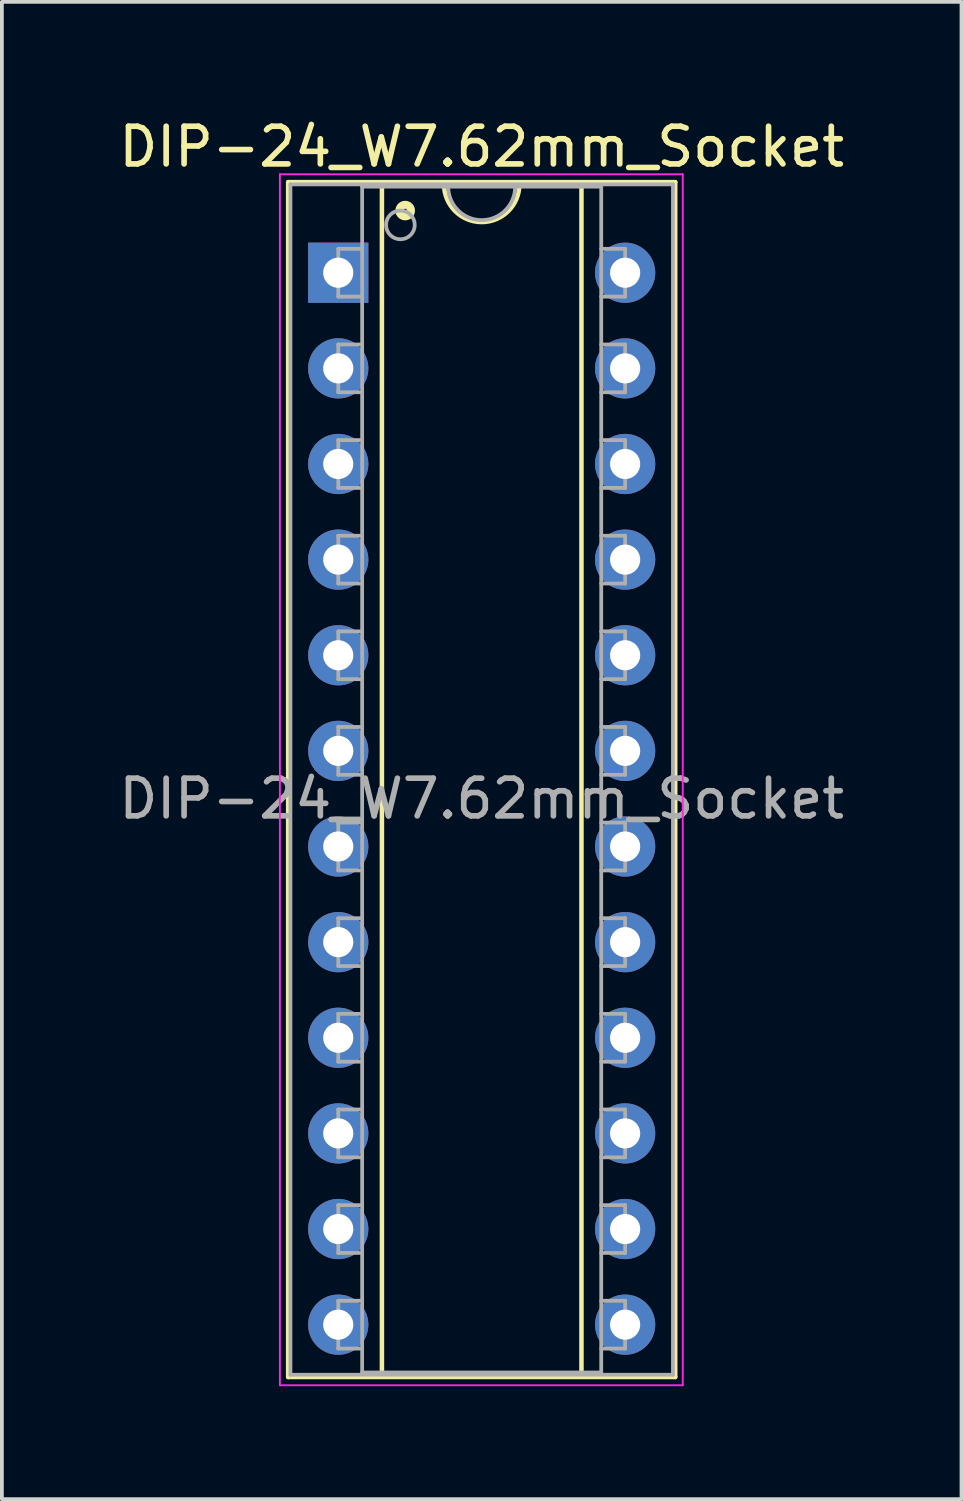
<source format=kicad_pcb>
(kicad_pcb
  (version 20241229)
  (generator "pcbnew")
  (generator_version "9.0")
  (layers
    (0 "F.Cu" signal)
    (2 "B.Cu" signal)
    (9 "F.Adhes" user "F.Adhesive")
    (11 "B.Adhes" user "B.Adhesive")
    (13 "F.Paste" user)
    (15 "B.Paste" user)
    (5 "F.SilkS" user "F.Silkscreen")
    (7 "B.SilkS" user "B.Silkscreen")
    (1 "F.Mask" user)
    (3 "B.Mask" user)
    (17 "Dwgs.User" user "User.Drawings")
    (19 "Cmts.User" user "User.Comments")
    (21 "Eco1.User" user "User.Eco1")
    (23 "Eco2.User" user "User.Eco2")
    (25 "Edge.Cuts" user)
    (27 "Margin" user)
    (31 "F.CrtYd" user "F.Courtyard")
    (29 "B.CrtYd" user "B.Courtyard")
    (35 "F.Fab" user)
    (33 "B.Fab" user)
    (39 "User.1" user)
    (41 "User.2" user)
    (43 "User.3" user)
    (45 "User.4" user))
  (footprint "DIP-24_W7.62mm_Socket"
    (layer "F.Cu")
    (at 5.934 4.194)
    (property "Reference" "DIP-24_W7.62mm_Socket" (at 3.81 -3.346 0) (layer "F.SilkS") (effects (font (size 1 1) (thickness 0.15))))
    (attr through_hole)
    (fp_line (start -1.33 -2.406) (end -1.33 29.33) (stroke (width 0.12) (type solid)) (layer "F.SilkS"))
    (fp_line (start -1.33 29.33) (end 8.95 29.33) (stroke (width 0.12) (type solid)) (layer "F.SilkS"))
    (fp_line (start 1.16 -2.346) (end 1.16 29.27) (stroke (width 0.12) (type solid)) (layer "F.SilkS"))
    (fp_line (start 1.16 29.27) (end 6.46 29.27) (stroke (width 0.12) (type solid)) (layer "F.SilkS"))
    (fp_line (start 2.81 -2.346) (end 1.16 -2.346) (stroke (width 0.12) (type solid)) (layer "F.SilkS"))
    (fp_line (start 6.46 -2.346) (end 4.81 -2.346) (stroke (width 0.12) (type solid)) (layer "F.SilkS"))
    (fp_line (start 6.46 29.27) (end 6.46 -2.346) (stroke (width 0.12) (type solid)) (layer "F.SilkS"))
    (fp_line (start 8.95 -2.406) (end -1.33 -2.406) (stroke (width 0.12) (type solid)) (layer "F.SilkS"))
    (fp_line (start 8.95 29.33) (end 8.95 -2.406) (stroke (width 0.12) (type solid)) (layer "F.SilkS"))
    (fp_arc (start 4.81 -2.346) (mid 3.81 -1.346) (end 2.81 -2.346) (stroke (width 0.12) (type solid)) (layer "F.SilkS"))
    (fp_circle (center 1.778 -1.651) (end 1.828 -1.651) (stroke (width 0.12) (type solid)) (fill no) (layer "F.SilkS"))
    (fp_circle (center 1.778 -1.651) (end 1.903 -1.651) (stroke (width 0.12) (type solid)) (fill no) (layer "F.SilkS"))
    (fp_circle (center 1.778 -1.651) (end 1.978 -1.651) (stroke (width 0.12) (type solid)) (fill no) (layer "F.SilkS"))
    (fp_line (start -1.55 -2.616) (end -1.55 29.55) (stroke (width 0.05) (type solid)) (layer "F.CrtYd"))
    (fp_line (start -1.55 29.55) (end 9.15 29.55) (stroke (width 0.05) (type solid)) (layer "F.CrtYd"))
    (fp_line (start 9.15 -2.616) (end -1.55 -2.616) (stroke (width 0.05) (type solid)) (layer "F.CrtYd"))
    (fp_line (start 9.15 29.55) (end 9.15 -2.616) (stroke (width 0.05) (type solid)) (layer "F.CrtYd"))
    (fp_line (start -1.27 -2.346) (end -1.27 29.27) (stroke (width 0.1) (type solid)) (layer "F.Fab"))
    (fp_line (start -1.27 29.27) (end 8.89 29.27) (stroke (width 0.1) (type solid)) (layer "F.Fab"))
    (fp_line (start 0 -0.635) (end 0 0.635) (stroke (width 0.1) (type solid)) (layer "F.Fab"))
    (fp_line (start 0 -0.635) (end 0.635 -0.635) (stroke (width 0.1) (type solid)) (layer "F.Fab"))
    (fp_line (start 0 0.635) (end 0.635 0.635) (stroke (width 0.1) (type solid)) (layer "F.Fab"))
    (fp_line (start 0 1.905) (end 0 3.175) (stroke (width 0.1) (type solid)) (layer "F.Fab"))
    (fp_line (start 0 1.905) (end 0.635 1.905) (stroke (width 0.1) (type solid)) (layer "F.Fab"))
    (fp_line (start 0 3.175) (end 0.635 3.175) (stroke (width 0.1) (type solid)) (layer "F.Fab"))
    (fp_line (start 0 4.445) (end 0 5.715) (stroke (width 0.1) (type solid)) (layer "F.Fab"))
    (fp_line (start 0 4.445) (end 0.635 4.445) (stroke (width 0.1) (type solid)) (layer "F.Fab"))
    (fp_line (start 0 5.715) (end 0.635 5.715) (stroke (width 0.1) (type solid)) (layer "F.Fab"))
    (fp_line (start 0 6.985) (end 0 8.255) (stroke (width 0.1) (type solid)) (layer "F.Fab"))
    (fp_line (start 0 6.985) (end 0.635 6.985) (stroke (width 0.1) (type solid)) (layer "F.Fab"))
    (fp_line (start 0 8.255) (end 0.635 8.255) (stroke (width 0.1) (type solid)) (layer "F.Fab"))
    (fp_line (start 0 9.525) (end 0 10.795) (stroke (width 0.1) (type solid)) (layer "F.Fab"))
    (fp_line (start 0 9.525) (end 0.635 9.525) (stroke (width 0.1) (type solid)) (layer "F.Fab"))
    (fp_line (start 0 10.795) (end 0.635 10.795) (stroke (width 0.1) (type solid)) (layer "F.Fab"))
    (fp_line (start 0 12.065) (end 0 13.335) (stroke (width 0.1) (type solid)) (layer "F.Fab"))
    (fp_line (start 0 12.065) (end 0.635 12.065) (stroke (width 0.1) (type solid)) (layer "F.Fab"))
    (fp_line (start 0 13.335) (end 0.635 13.335) (stroke (width 0.1) (type solid)) (layer "F.Fab"))
    (fp_line (start 0 14.605) (end 0 15.875) (stroke (width 0.1) (type solid)) (layer "F.Fab"))
    (fp_line (start 0 14.605) (end 0.635 14.605) (stroke (width 0.1) (type solid)) (layer "F.Fab"))
    (fp_line (start 0 15.875) (end 0.635 15.875) (stroke (width 0.1) (type solid)) (layer "F.Fab"))
    (fp_line (start 0 17.145) (end 0 18.415) (stroke (width 0.1) (type solid)) (layer "F.Fab"))
    (fp_line (start 0 17.145) (end 0.635 17.145) (stroke (width 0.1) (type solid)) (layer "F.Fab"))
    (fp_line (start 0 18.415) (end 0.635 18.415) (stroke (width 0.1) (type solid)) (layer "F.Fab"))
    (fp_line (start 0 19.685) (end 0 20.955) (stroke (width 0.1) (type solid)) (layer "F.Fab"))
    (fp_line (start 0 19.685) (end 0.635 19.685) (stroke (width 0.1) (type solid)) (layer "F.Fab"))
    (fp_line (start 0 20.955) (end 0.635 20.955) (stroke (width 0.1) (type solid)) (layer "F.Fab"))
    (fp_line (start 0 22.225) (end 0 23.495) (stroke (width 0.1) (type solid)) (layer "F.Fab"))
    (fp_line (start 0 22.225) (end 0.635 22.225) (stroke (width 0.1) (type solid)) (layer "F.Fab"))
    (fp_line (start 0 23.495) (end 0.635 23.495) (stroke (width 0.1) (type solid)) (layer "F.Fab"))
    (fp_line (start 0 24.765) (end 0 26.035) (stroke (width 0.1) (type solid)) (layer "F.Fab"))
    (fp_line (start 0 24.765) (end 0.635 24.765) (stroke (width 0.1) (type solid)) (layer "F.Fab"))
    (fp_line (start 0 26.035) (end 0.635 26.035) (stroke (width 0.1) (type solid)) (layer "F.Fab"))
    (fp_line (start 0 27.305) (end 0 28.575) (stroke (width 0.1) (type solid)) (layer "F.Fab"))
    (fp_line (start 0 27.305) (end 0.635 27.305) (stroke (width 0.1) (type solid)) (layer "F.Fab"))
    (fp_line (start 0 28.575) (end 0.635 28.575) (stroke (width 0.1) (type solid)) (layer "F.Fab"))
    (fp_line (start 0.635 -2.286) (end 6.985 -2.286) (stroke (width 0.1) (type solid)) (layer "F.Fab"))
    (fp_line (start 0.635 29.21) (end 0.635 -2.286) (stroke (width 0.1) (type solid)) (layer "F.Fab"))
    (fp_line (start 6.985 -2.286) (end 6.985 29.21) (stroke (width 0.1) (type solid)) (layer "F.Fab"))
    (fp_line (start 6.985 29.21) (end 0.635 29.21) (stroke (width 0.1) (type solid)) (layer "F.Fab"))
    (fp_line (start 7.62 -0.635) (end 6.985 -0.635) (stroke (width 0.1) (type solid)) (layer "F.Fab"))
    (fp_line (start 7.62 0.635) (end 6.985 0.635) (stroke (width 0.1) (type solid)) (layer "F.Fab"))
    (fp_line (start 7.62 0.635) (end 7.62 -0.635) (stroke (width 0.1) (type solid)) (layer "F.Fab"))
    (fp_line (start 7.62 1.905) (end 6.985 1.905) (stroke (width 0.1) (type solid)) (layer "F.Fab"))
    (fp_line (start 7.62 3.175) (end 6.985 3.175) (stroke (width 0.1) (type solid)) (layer "F.Fab"))
    (fp_line (start 7.62 3.175) (end 7.62 1.905) (stroke (width 0.1) (type solid)) (layer "F.Fab"))
    (fp_line (start 7.62 4.445) (end 6.985 4.445) (stroke (width 0.1) (type solid)) (layer "F.Fab"))
    (fp_line (start 7.62 5.715) (end 6.985 5.715) (stroke (width 0.1) (type solid)) (layer "F.Fab"))
    (fp_line (start 7.62 5.715) (end 7.62 4.445) (stroke (width 0.1) (type solid)) (layer "F.Fab"))
    (fp_line (start 7.62 6.985) (end 6.985 6.985) (stroke (width 0.1) (type solid)) (layer "F.Fab"))
    (fp_line (start 7.62 8.255) (end 6.985 8.255) (stroke (width 0.1) (type solid)) (layer "F.Fab"))
    (fp_line (start 7.62 8.255) (end 7.62 6.985) (stroke (width 0.1) (type solid)) (layer "F.Fab"))
    (fp_line (start 7.62 9.525) (end 6.985 9.525) (stroke (width 0.1) (type solid)) (layer "F.Fab"))
    (fp_line (start 7.62 10.795) (end 6.985 10.795) (stroke (width 0.1) (type solid)) (layer "F.Fab"))
    (fp_line (start 7.62 10.795) (end 7.62 9.525) (stroke (width 0.1) (type solid)) (layer "F.Fab"))
    (fp_line (start 7.62 12.065) (end 6.985 12.065) (stroke (width 0.1) (type solid)) (layer "F.Fab"))
    (fp_line (start 7.62 13.335) (end 6.985 13.335) (stroke (width 0.1) (type solid)) (layer "F.Fab"))
    (fp_line (start 7.62 13.335) (end 7.62 12.065) (stroke (width 0.1) (type solid)) (layer "F.Fab"))
    (fp_line (start 7.62 14.605) (end 6.985 14.605) (stroke (width 0.1) (type solid)) (layer "F.Fab"))
    (fp_line (start 7.62 15.875) (end 6.985 15.875) (stroke (width 0.1) (type solid)) (layer "F.Fab"))
    (fp_line (start 7.62 15.875) (end 7.62 14.605) (stroke (width 0.1) (type solid)) (layer "F.Fab"))
    (fp_line (start 7.62 17.145) (end 6.985 17.145) (stroke (width 0.1) (type solid)) (layer "F.Fab"))
    (fp_line (start 7.62 18.415) (end 6.985 18.415) (stroke (width 0.1) (type solid)) (layer "F.Fab"))
    (fp_line (start 7.62 18.415) (end 7.62 17.145) (stroke (width 0.1) (type solid)) (layer "F.Fab"))
    (fp_line (start 7.62 19.685) (end 6.985 19.685) (stroke (width 0.1) (type solid)) (layer "F.Fab"))
    (fp_line (start 7.62 20.955) (end 6.985 20.955) (stroke (width 0.1) (type solid)) (layer "F.Fab"))
    (fp_line (start 7.62 20.955) (end 7.62 19.685) (stroke (width 0.1) (type solid)) (layer "F.Fab"))
    (fp_line (start 7.62 22.225) (end 6.985 22.225) (stroke (width 0.1) (type solid)) (layer "F.Fab"))
    (fp_line (start 7.62 23.495) (end 6.985 23.495) (stroke (width 0.1) (type solid)) (layer "F.Fab"))
    (fp_line (start 7.62 23.495) (end 7.62 22.225) (stroke (width 0.1) (type solid)) (layer "F.Fab"))
    (fp_line (start 7.62 24.765) (end 6.985 24.765) (stroke (width 0.1) (type solid)) (layer "F.Fab"))
    (fp_line (start 7.62 26.035) (end 6.985 26.035) (stroke (width 0.1) (type solid)) (layer "F.Fab"))
    (fp_line (start 7.62 26.035) (end 7.62 24.765) (stroke (width 0.1) (type solid)) (layer "F.Fab"))
    (fp_line (start 7.62 27.305) (end 6.985 27.305) (stroke (width 0.1) (type solid)) (layer "F.Fab"))
    (fp_line (start 7.62 28.575) (end 6.985 28.575) (stroke (width 0.1) (type solid)) (layer "F.Fab"))
    (fp_line (start 7.62 28.575) (end 7.62 27.305) (stroke (width 0.1) (type solid)) (layer "F.Fab"))
    (fp_line (start 8.89 -2.346) (end -1.27 -2.346) (stroke (width 0.1) (type solid)) (layer "F.Fab"))
    (fp_line (start 8.89 29.27) (end 8.89 -2.346) (stroke (width 0.1) (type solid)) (layer "F.Fab"))
    (fp_arc (start 4.699 -2.286) (mid 3.81 -1.397) (end 2.921 -2.286) (stroke (width 0.1) (type solid)) (layer "F.Fab"))
    (fp_circle (center 1.651 -1.27) (end 2.032 -1.27) (stroke (width 0.1) (type solid)) (fill no) (layer "F.Fab"))
    (fp_text user "${REFERENCE}" (at 3.81 13.97 0) (layer "F.Fab") (effects (font (size 1 1) (thickness 0.15))))
    (pad "1" thru_hole rect (at 0 0) (size 1.6 1.6) (drill 0.8) (layers "*.Cu" "*.Mask"))
    (pad "2" thru_hole oval (at 0 2.54) (size 1.6 1.6) (drill 0.8) (layers "*.Cu" "*.Mask"))
    (pad "3" thru_hole oval (at 0 5.08) (size 1.6 1.6) (drill 0.8) (layers "*.Cu" "*.Mask"))
    (pad "4" thru_hole oval (at 0 7.62) (size 1.6 1.6) (drill 0.8) (layers "*.Cu" "*.Mask"))
    (pad "5" thru_hole oval (at 0 10.16) (size 1.6 1.6) (drill 0.8) (layers "*.Cu" "*.Mask"))
    (pad "6" thru_hole oval (at 0 12.7) (size 1.6 1.6) (drill 0.8) (layers "*.Cu" "*.Mask"))
    (pad "7" thru_hole oval (at 0 15.24) (size 1.6 1.6) (drill 0.8) (layers "*.Cu" "*.Mask"))
    (pad "8" thru_hole oval (at 0 17.78) (size 1.6 1.6) (drill 0.8) (layers "*.Cu" "*.Mask"))
    (pad "9" thru_hole oval (at 0 20.32) (size 1.6 1.6) (drill 0.8) (layers "*.Cu" "*.Mask"))
    (pad "10" thru_hole oval (at 0 22.86) (size 1.6 1.6) (drill 0.8) (layers "*.Cu" "*.Mask"))
    (pad "11" thru_hole oval (at 0 25.4) (size 1.6 1.6) (drill 0.8) (layers "*.Cu" "*.Mask"))
    (pad "12" thru_hole oval (at 0 27.94) (size 1.6 1.6) (drill 0.8) (layers "*.Cu" "*.Mask"))
    (pad "13" thru_hole oval (at 7.62 27.94) (size 1.6 1.6) (drill 0.8) (layers "*.Cu" "*.Mask"))
    (pad "14" thru_hole oval (at 7.62 25.4) (size 1.6 1.6) (drill 0.8) (layers "*.Cu" "*.Mask"))
    (pad "15" thru_hole oval (at 7.62 22.86) (size 1.6 1.6) (drill 0.8) (layers "*.Cu" "*.Mask"))
    (pad "16" thru_hole oval (at 7.62 20.32) (size 1.6 1.6) (drill 0.8) (layers "*.Cu" "*.Mask"))
    (pad "17" thru_hole oval (at 7.62 17.78) (size 1.6 1.6) (drill 0.8) (layers "*.Cu" "*.Mask"))
    (pad "18" thru_hole oval (at 7.62 15.24) (size 1.6 1.6) (drill 0.8) (layers "*.Cu" "*.Mask"))
    (pad "19" thru_hole oval (at 7.62 12.7) (size 1.6 1.6) (drill 0.8) (layers "*.Cu" "*.Mask"))
    (pad "20" thru_hole oval (at 7.62 10.16) (size 1.6 1.6) (drill 0.8) (layers "*.Cu" "*.Mask"))
    (pad "21" thru_hole oval (at 7.62 7.62) (size 1.6 1.6) (drill 0.8) (layers "*.Cu" "*.Mask"))
    (pad "22" thru_hole oval (at 7.62 5.08) (size 1.6 1.6) (drill 0.8) (layers "*.Cu" "*.Mask"))
    (pad "23" thru_hole oval (at 7.62 2.54) (size 1.6 1.6) (drill 0.8) (layers "*.Cu" "*.Mask"))
    (pad "24" thru_hole oval (at 7.62 0) (size 1.6 1.6) (drill 0.8) (layers "*.Cu" "*.Mask")))
  (gr_rect
    (start -3 -3)
    (end 22.488 36.769)
    (stroke (width 0.1) (type default))
    (fill no)
    (layer "Edge.Cuts")))
</source>
